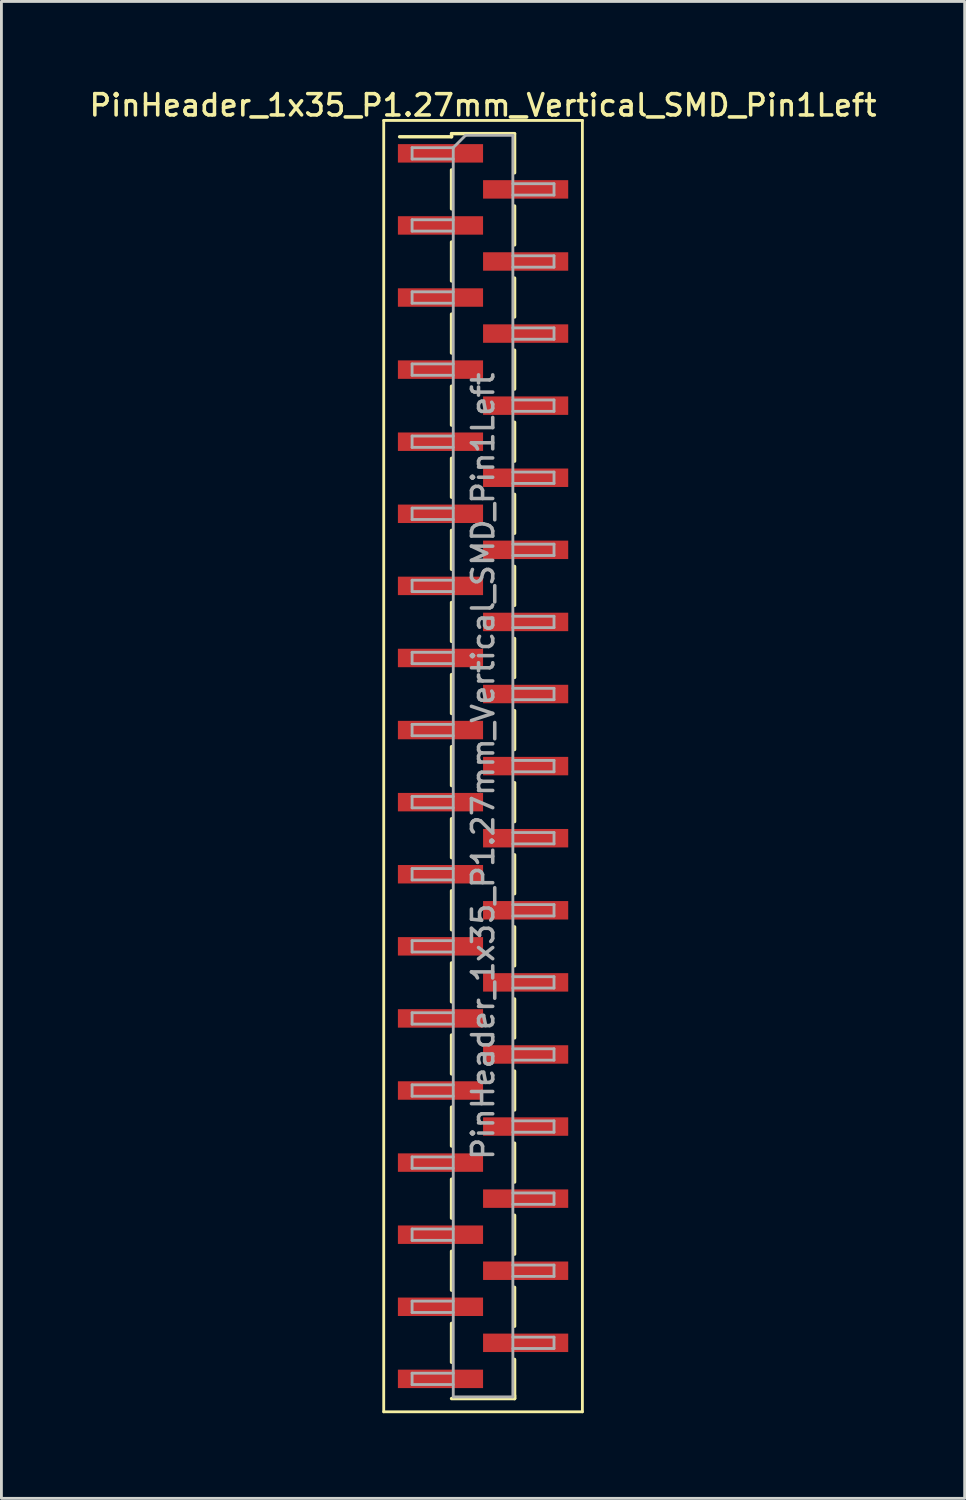
<source format=kicad_pcb>
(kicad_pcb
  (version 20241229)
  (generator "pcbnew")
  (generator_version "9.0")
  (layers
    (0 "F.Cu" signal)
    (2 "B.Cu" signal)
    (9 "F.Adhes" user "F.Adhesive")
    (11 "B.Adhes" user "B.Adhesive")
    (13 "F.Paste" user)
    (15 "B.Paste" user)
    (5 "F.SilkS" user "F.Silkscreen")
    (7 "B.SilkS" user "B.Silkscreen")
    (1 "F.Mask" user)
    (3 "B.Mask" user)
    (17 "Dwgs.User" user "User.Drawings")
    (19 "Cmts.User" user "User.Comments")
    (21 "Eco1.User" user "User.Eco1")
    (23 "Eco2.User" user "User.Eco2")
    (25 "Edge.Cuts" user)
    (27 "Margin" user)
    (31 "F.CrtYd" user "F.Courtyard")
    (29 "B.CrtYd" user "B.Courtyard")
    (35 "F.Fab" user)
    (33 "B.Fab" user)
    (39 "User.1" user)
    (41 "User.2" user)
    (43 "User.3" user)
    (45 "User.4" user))
  (footprint "PinHeader_1x35_P1.27mm_Vertical_SMD_Pin1Left"
    (layer "F.Cu")
    (at 13.97 23.943)
    (property "Reference" "PinHeader_1x35_P1.27mm_Vertical_SMD_Pin1Left" (at 0 -23.285 0) (layer "F.SilkS") (effects (font (size 0.75 0.75) (thickness 0.125))))
    (attr smd)
    (fp_line (start -3.5 -22.75) (end -3.5 22.75) (stroke (width 0.1) (type solid)) (layer "F.SilkS"))
    (fp_line (start -3.5 22.75) (end 3.5 22.75) (stroke (width 0.1) (type solid)) (layer "F.SilkS"))
    (fp_line (start -1.11 -22.285) (end -1.11 -22.175) (stroke (width 0.12) (type solid)) (layer "F.SilkS"))
    (fp_line (start -1.11 -22.285) (end 1.11 -22.285) (stroke (width 0.12) (type solid)) (layer "F.SilkS"))
    (fp_line (start -1.11 -22.175) (end -2.94 -22.175) (stroke (width 0.12) (type solid)) (layer "F.SilkS"))
    (fp_line (start -1.11 -21.005) (end -1.11 -19.635) (stroke (width 0.12) (type solid)) (layer "F.SilkS"))
    (fp_line (start -1.11 -18.465) (end -1.11 -17.095) (stroke (width 0.12) (type solid)) (layer "F.SilkS"))
    (fp_line (start -1.11 -15.925) (end -1.11 -14.555) (stroke (width 0.12) (type solid)) (layer "F.SilkS"))
    (fp_line (start -1.11 -13.385) (end -1.11 -12.015) (stroke (width 0.12) (type solid)) (layer "F.SilkS"))
    (fp_line (start -1.11 -10.845) (end -1.11 -9.475) (stroke (width 0.12) (type solid)) (layer "F.SilkS"))
    (fp_line (start -1.11 -8.305) (end -1.11 -6.935) (stroke (width 0.12) (type solid)) (layer "F.SilkS"))
    (fp_line (start -1.11 -5.765) (end -1.11 -4.395) (stroke (width 0.12) (type solid)) (layer "F.SilkS"))
    (fp_line (start -1.11 -3.225) (end -1.11 -1.855) (stroke (width 0.12) (type solid)) (layer "F.SilkS"))
    (fp_line (start -1.11 -0.685) (end -1.11 0.685) (stroke (width 0.12) (type solid)) (layer "F.SilkS"))
    (fp_line (start -1.11 1.855) (end -1.11 3.225) (stroke (width 0.12) (type solid)) (layer "F.SilkS"))
    (fp_line (start -1.11 4.395) (end -1.11 5.765) (stroke (width 0.12) (type solid)) (layer "F.SilkS"))
    (fp_line (start -1.11 6.935) (end -1.11 8.305) (stroke (width 0.12) (type solid)) (layer "F.SilkS"))
    (fp_line (start -1.11 9.475) (end -1.11 10.845) (stroke (width 0.12) (type solid)) (layer "F.SilkS"))
    (fp_line (start -1.11 12.015) (end -1.11 13.385) (stroke (width 0.12) (type solid)) (layer "F.SilkS"))
    (fp_line (start -1.11 14.555) (end -1.11 15.925) (stroke (width 0.12) (type solid)) (layer "F.SilkS"))
    (fp_line (start -1.11 17.095) (end -1.11 18.465) (stroke (width 0.12) (type solid)) (layer "F.SilkS"))
    (fp_line (start -1.11 19.635) (end -1.11 21.005) (stroke (width 0.12) (type solid)) (layer "F.SilkS"))
    (fp_line (start -1.11 22.285) (end 1.11 22.285) (stroke (width 0.12) (type solid)) (layer "F.SilkS"))
    (fp_line (start 1.11 -22.275) (end 1.11 -20.905) (stroke (width 0.12) (type solid)) (layer "F.SilkS"))
    (fp_line (start 1.11 -19.735) (end 1.11 -18.365) (stroke (width 0.12) (type solid)) (layer "F.SilkS"))
    (fp_line (start 1.11 -17.195) (end 1.11 -15.825) (stroke (width 0.12) (type solid)) (layer "F.SilkS"))
    (fp_line (start 1.11 -14.655) (end 1.11 -13.285) (stroke (width 0.12) (type solid)) (layer "F.SilkS"))
    (fp_line (start 1.11 -12.115) (end 1.11 -10.745) (stroke (width 0.12) (type solid)) (layer "F.SilkS"))
    (fp_line (start 1.11 -9.575) (end 1.11 -8.205) (stroke (width 0.12) (type solid)) (layer "F.SilkS"))
    (fp_line (start 1.11 -7.035) (end 1.11 -5.665) (stroke (width 0.12) (type solid)) (layer "F.SilkS"))
    (fp_line (start 1.11 -4.495) (end 1.11 -3.125) (stroke (width 0.12) (type solid)) (layer "F.SilkS"))
    (fp_line (start 1.11 -1.955) (end 1.11 -0.585) (stroke (width 0.12) (type solid)) (layer "F.SilkS"))
    (fp_line (start 1.11 0.585) (end 1.11 1.955) (stroke (width 0.12) (type solid)) (layer "F.SilkS"))
    (fp_line (start 1.11 3.125) (end 1.11 4.495) (stroke (width 0.12) (type solid)) (layer "F.SilkS"))
    (fp_line (start 1.11 5.665) (end 1.11 7.035) (stroke (width 0.12) (type solid)) (layer "F.SilkS"))
    (fp_line (start 1.11 8.205) (end 1.11 9.575) (stroke (width 0.12) (type solid)) (layer "F.SilkS"))
    (fp_line (start 1.11 10.745) (end 1.11 12.115) (stroke (width 0.12) (type solid)) (layer "F.SilkS"))
    (fp_line (start 1.11 13.285) (end 1.11 14.655) (stroke (width 0.12) (type solid)) (layer "F.SilkS"))
    (fp_line (start 1.11 15.825) (end 1.11 17.195) (stroke (width 0.12) (type solid)) (layer "F.SilkS"))
    (fp_line (start 1.11 18.365) (end 1.11 19.735) (stroke (width 0.12) (type solid)) (layer "F.SilkS"))
    (fp_line (start 1.11 20.905) (end 1.11 22.275) (stroke (width 0.12) (type solid)) (layer "F.SilkS"))
    (fp_line (start 1.11 22.175) (end 1.11 22.285) (stroke (width 0.12) (type solid)) (layer "F.SilkS"))
    (fp_line (start 3.5 -22.75) (end -3.5 -22.75) (stroke (width 0.1) (type solid)) (layer "F.SilkS"))
    (fp_line (start 3.5 22.75) (end 3.5 -22.75) (stroke (width 0.1) (type solid)) (layer "F.SilkS"))
    (fp_line (start -2.5 -21.79) (end -2.5 -21.39) (stroke (width 0.1) (type solid)) (layer "F.Fab"))
    (fp_line (start -2.5 -21.39) (end -1.05 -21.39) (stroke (width 0.1) (type solid)) (layer "F.Fab"))
    (fp_line (start -2.5 -19.25) (end -2.5 -18.85) (stroke (width 0.1) (type solid)) (layer "F.Fab"))
    (fp_line (start -2.5 -18.85) (end -1.05 -18.85) (stroke (width 0.1) (type solid)) (layer "F.Fab"))
    (fp_line (start -2.5 -16.71) (end -2.5 -16.31) (stroke (width 0.1) (type solid)) (layer "F.Fab"))
    (fp_line (start -2.5 -16.31) (end -1.05 -16.31) (stroke (width 0.1) (type solid)) (layer "F.Fab"))
    (fp_line (start -2.5 -14.17) (end -2.5 -13.77) (stroke (width 0.1) (type solid)) (layer "F.Fab"))
    (fp_line (start -2.5 -13.77) (end -1.05 -13.77) (stroke (width 0.1) (type solid)) (layer "F.Fab"))
    (fp_line (start -2.5 -11.63) (end -2.5 -11.23) (stroke (width 0.1) (type solid)) (layer "F.Fab"))
    (fp_line (start -2.5 -11.23) (end -1.05 -11.23) (stroke (width 0.1) (type solid)) (layer "F.Fab"))
    (fp_line (start -2.5 -9.09) (end -2.5 -8.69) (stroke (width 0.1) (type solid)) (layer "F.Fab"))
    (fp_line (start -2.5 -8.69) (end -1.05 -8.69) (stroke (width 0.1) (type solid)) (layer "F.Fab"))
    (fp_line (start -2.5 -6.55) (end -2.5 -6.15) (stroke (width 0.1) (type solid)) (layer "F.Fab"))
    (fp_line (start -2.5 -6.15) (end -1.05 -6.15) (stroke (width 0.1) (type solid)) (layer "F.Fab"))
    (fp_line (start -2.5 -4.01) (end -2.5 -3.61) (stroke (width 0.1) (type solid)) (layer "F.Fab"))
    (fp_line (start -2.5 -3.61) (end -1.05 -3.61) (stroke (width 0.1) (type solid)) (layer "F.Fab"))
    (fp_line (start -2.5 -1.47) (end -2.5 -1.07) (stroke (width 0.1) (type solid)) (layer "F.Fab"))
    (fp_line (start -2.5 -1.07) (end -1.05 -1.07) (stroke (width 0.1) (type solid)) (layer "F.Fab"))
    (fp_line (start -2.5 1.07) (end -2.5 1.47) (stroke (width 0.1) (type solid)) (layer "F.Fab"))
    (fp_line (start -2.5 1.47) (end -1.05 1.47) (stroke (width 0.1) (type solid)) (layer "F.Fab"))
    (fp_line (start -2.5 3.61) (end -2.5 4.01) (stroke (width 0.1) (type solid)) (layer "F.Fab"))
    (fp_line (start -2.5 4.01) (end -1.05 4.01) (stroke (width 0.1) (type solid)) (layer "F.Fab"))
    (fp_line (start -2.5 6.15) (end -2.5 6.55) (stroke (width 0.1) (type solid)) (layer "F.Fab"))
    (fp_line (start -2.5 6.55) (end -1.05 6.55) (stroke (width 0.1) (type solid)) (layer "F.Fab"))
    (fp_line (start -2.5 8.69) (end -2.5 9.09) (stroke (width 0.1) (type solid)) (layer "F.Fab"))
    (fp_line (start -2.5 9.09) (end -1.05 9.09) (stroke (width 0.1) (type solid)) (layer "F.Fab"))
    (fp_line (start -2.5 11.23) (end -2.5 11.63) (stroke (width 0.1) (type solid)) (layer "F.Fab"))
    (fp_line (start -2.5 11.63) (end -1.05 11.63) (stroke (width 0.1) (type solid)) (layer "F.Fab"))
    (fp_line (start -2.5 13.77) (end -2.5 14.17) (stroke (width 0.1) (type solid)) (layer "F.Fab"))
    (fp_line (start -2.5 14.17) (end -1.05 14.17) (stroke (width 0.1) (type solid)) (layer "F.Fab"))
    (fp_line (start -2.5 16.31) (end -2.5 16.71) (stroke (width 0.1) (type solid)) (layer "F.Fab"))
    (fp_line (start -2.5 16.71) (end -1.05 16.71) (stroke (width 0.1) (type solid)) (layer "F.Fab"))
    (fp_line (start -2.5 18.85) (end -2.5 19.25) (stroke (width 0.1) (type solid)) (layer "F.Fab"))
    (fp_line (start -2.5 19.25) (end -1.05 19.25) (stroke (width 0.1) (type solid)) (layer "F.Fab"))
    (fp_line (start -2.5 21.39) (end -2.5 21.79) (stroke (width 0.1) (type solid)) (layer "F.Fab"))
    (fp_line (start -2.5 21.79) (end -1.05 21.79) (stroke (width 0.1) (type solid)) (layer "F.Fab"))
    (fp_line (start -1.05 -21.79) (end -2.5 -21.79) (stroke (width 0.1) (type solid)) (layer "F.Fab"))
    (fp_line (start -1.05 -21.79) (end -0.615 -22.225) (stroke (width 0.1) (type solid)) (layer "F.Fab"))
    (fp_line (start -1.05 -19.25) (end -2.5 -19.25) (stroke (width 0.1) (type solid)) (layer "F.Fab"))
    (fp_line (start -1.05 -16.71) (end -2.5 -16.71) (stroke (width 0.1) (type solid)) (layer "F.Fab"))
    (fp_line (start -1.05 -14.17) (end -2.5 -14.17) (stroke (width 0.1) (type solid)) (layer "F.Fab"))
    (fp_line (start -1.05 -11.63) (end -2.5 -11.63) (stroke (width 0.1) (type solid)) (layer "F.Fab"))
    (fp_line (start -1.05 -9.09) (end -2.5 -9.09) (stroke (width 0.1) (type solid)) (layer "F.Fab"))
    (fp_line (start -1.05 -6.55) (end -2.5 -6.55) (stroke (width 0.1) (type solid)) (layer "F.Fab"))
    (fp_line (start -1.05 -4.01) (end -2.5 -4.01) (stroke (width 0.1) (type solid)) (layer "F.Fab"))
    (fp_line (start -1.05 -1.47) (end -2.5 -1.47) (stroke (width 0.1) (type solid)) (layer "F.Fab"))
    (fp_line (start -1.05 1.07) (end -2.5 1.07) (stroke (width 0.1) (type solid)) (layer "F.Fab"))
    (fp_line (start -1.05 3.61) (end -2.5 3.61) (stroke (width 0.1) (type solid)) (layer "F.Fab"))
    (fp_line (start -1.05 6.15) (end -2.5 6.15) (stroke (width 0.1) (type solid)) (layer "F.Fab"))
    (fp_line (start -1.05 8.69) (end -2.5 8.69) (stroke (width 0.1) (type solid)) (layer "F.Fab"))
    (fp_line (start -1.05 11.23) (end -2.5 11.23) (stroke (width 0.1) (type solid)) (layer "F.Fab"))
    (fp_line (start -1.05 13.77) (end -2.5 13.77) (stroke (width 0.1) (type solid)) (layer "F.Fab"))
    (fp_line (start -1.05 16.31) (end -2.5 16.31) (stroke (width 0.1) (type solid)) (layer "F.Fab"))
    (fp_line (start -1.05 18.85) (end -2.5 18.85) (stroke (width 0.1) (type solid)) (layer "F.Fab"))
    (fp_line (start -1.05 21.39) (end -2.5 21.39) (stroke (width 0.1) (type solid)) (layer "F.Fab"))
    (fp_line (start -1.05 22.225) (end -1.05 -21.79) (stroke (width 0.1) (type solid)) (layer "F.Fab"))
    (fp_line (start -0.615 -22.225) (end 1.05 -22.225) (stroke (width 0.1) (type solid)) (layer "F.Fab"))
    (fp_line (start 1.05 -22.225) (end 1.05 22.225) (stroke (width 0.1) (type solid)) (layer "F.Fab"))
    (fp_line (start 1.05 -20.52) (end 2.5 -20.52) (stroke (width 0.1) (type solid)) (layer "F.Fab"))
    (fp_line (start 1.05 -17.98) (end 2.5 -17.98) (stroke (width 0.1) (type solid)) (layer "F.Fab"))
    (fp_line (start 1.05 -15.44) (end 2.5 -15.44) (stroke (width 0.1) (type solid)) (layer "F.Fab"))
    (fp_line (start 1.05 -12.9) (end 2.5 -12.9) (stroke (width 0.1) (type solid)) (layer "F.Fab"))
    (fp_line (start 1.05 -10.36) (end 2.5 -10.36) (stroke (width 0.1) (type solid)) (layer "F.Fab"))
    (fp_line (start 1.05 -7.82) (end 2.5 -7.82) (stroke (width 0.1) (type solid)) (layer "F.Fab"))
    (fp_line (start 1.05 -5.28) (end 2.5 -5.28) (stroke (width 0.1) (type solid)) (layer "F.Fab"))
    (fp_line (start 1.05 -2.74) (end 2.5 -2.74) (stroke (width 0.1) (type solid)) (layer "F.Fab"))
    (fp_line (start 1.05 -0.2) (end 2.5 -0.2) (stroke (width 0.1) (type solid)) (layer "F.Fab"))
    (fp_line (start 1.05 2.34) (end 2.5 2.34) (stroke (width 0.1) (type solid)) (layer "F.Fab"))
    (fp_line (start 1.05 4.88) (end 2.5 4.88) (stroke (width 0.1) (type solid)) (layer "F.Fab"))
    (fp_line (start 1.05 7.42) (end 2.5 7.42) (stroke (width 0.1) (type solid)) (layer "F.Fab"))
    (fp_line (start 1.05 9.96) (end 2.5 9.96) (stroke (width 0.1) (type solid)) (layer "F.Fab"))
    (fp_line (start 1.05 12.5) (end 2.5 12.5) (stroke (width 0.1) (type solid)) (layer "F.Fab"))
    (fp_line (start 1.05 15.04) (end 2.5 15.04) (stroke (width 0.1) (type solid)) (layer "F.Fab"))
    (fp_line (start 1.05 17.58) (end 2.5 17.58) (stroke (width 0.1) (type solid)) (layer "F.Fab"))
    (fp_line (start 1.05 20.12) (end 2.5 20.12) (stroke (width 0.1) (type solid)) (layer "F.Fab"))
    (fp_line (start 1.05 22.225) (end -1.05 22.225) (stroke (width 0.1) (type solid)) (layer "F.Fab"))
    (fp_line (start 2.5 -20.52) (end 2.5 -20.12) (stroke (width 0.1) (type solid)) (layer "F.Fab"))
    (fp_line (start 2.5 -20.12) (end 1.05 -20.12) (stroke (width 0.1) (type solid)) (layer "F.Fab"))
    (fp_line (start 2.5 -17.98) (end 2.5 -17.58) (stroke (width 0.1) (type solid)) (layer "F.Fab"))
    (fp_line (start 2.5 -17.58) (end 1.05 -17.58) (stroke (width 0.1) (type solid)) (layer "F.Fab"))
    (fp_line (start 2.5 -15.44) (end 2.5 -15.04) (stroke (width 0.1) (type solid)) (layer "F.Fab"))
    (fp_line (start 2.5 -15.04) (end 1.05 -15.04) (stroke (width 0.1) (type solid)) (layer "F.Fab"))
    (fp_line (start 2.5 -12.9) (end 2.5 -12.5) (stroke (width 0.1) (type solid)) (layer "F.Fab"))
    (fp_line (start 2.5 -12.5) (end 1.05 -12.5) (stroke (width 0.1) (type solid)) (layer "F.Fab"))
    (fp_line (start 2.5 -10.36) (end 2.5 -9.96) (stroke (width 0.1) (type solid)) (layer "F.Fab"))
    (fp_line (start 2.5 -9.96) (end 1.05 -9.96) (stroke (width 0.1) (type solid)) (layer "F.Fab"))
    (fp_line (start 2.5 -7.82) (end 2.5 -7.42) (stroke (width 0.1) (type solid)) (layer "F.Fab"))
    (fp_line (start 2.5 -7.42) (end 1.05 -7.42) (stroke (width 0.1) (type solid)) (layer "F.Fab"))
    (fp_line (start 2.5 -5.28) (end 2.5 -4.88) (stroke (width 0.1) (type solid)) (layer "F.Fab"))
    (fp_line (start 2.5 -4.88) (end 1.05 -4.88) (stroke (width 0.1) (type solid)) (layer "F.Fab"))
    (fp_line (start 2.5 -2.74) (end 2.5 -2.34) (stroke (width 0.1) (type solid)) (layer "F.Fab"))
    (fp_line (start 2.5 -2.34) (end 1.05 -2.34) (stroke (width 0.1) (type solid)) (layer "F.Fab"))
    (fp_line (start 2.5 -0.2) (end 2.5 0.2) (stroke (width 0.1) (type solid)) (layer "F.Fab"))
    (fp_line (start 2.5 0.2) (end 1.05 0.2) (stroke (width 0.1) (type solid)) (layer "F.Fab"))
    (fp_line (start 2.5 2.34) (end 2.5 2.74) (stroke (width 0.1) (type solid)) (layer "F.Fab"))
    (fp_line (start 2.5 2.74) (end 1.05 2.74) (stroke (width 0.1) (type solid)) (layer "F.Fab"))
    (fp_line (start 2.5 4.88) (end 2.5 5.28) (stroke (width 0.1) (type solid)) (layer "F.Fab"))
    (fp_line (start 2.5 5.28) (end 1.05 5.28) (stroke (width 0.1) (type solid)) (layer "F.Fab"))
    (fp_line (start 2.5 7.42) (end 2.5 7.82) (stroke (width 0.1) (type solid)) (layer "F.Fab"))
    (fp_line (start 2.5 7.82) (end 1.05 7.82) (stroke (width 0.1) (type solid)) (layer "F.Fab"))
    (fp_line (start 2.5 9.96) (end 2.5 10.36) (stroke (width 0.1) (type solid)) (layer "F.Fab"))
    (fp_line (start 2.5 10.36) (end 1.05 10.36) (stroke (width 0.1) (type solid)) (layer "F.Fab"))
    (fp_line (start 2.5 12.5) (end 2.5 12.9) (stroke (width 0.1) (type solid)) (layer "F.Fab"))
    (fp_line (start 2.5 12.9) (end 1.05 12.9) (stroke (width 0.1) (type solid)) (layer "F.Fab"))
    (fp_line (start 2.5 15.04) (end 2.5 15.44) (stroke (width 0.1) (type solid)) (layer "F.Fab"))
    (fp_line (start 2.5 15.44) (end 1.05 15.44) (stroke (width 0.1) (type solid)) (layer "F.Fab"))
    (fp_line (start 2.5 17.58) (end 2.5 17.98) (stroke (width 0.1) (type solid)) (layer "F.Fab"))
    (fp_line (start 2.5 17.98) (end 1.05 17.98) (stroke (width 0.1) (type solid)) (layer "F.Fab"))
    (fp_line (start 2.5 20.12) (end 2.5 20.52) (stroke (width 0.1) (type solid)) (layer "F.Fab"))
    (fp_line (start 2.5 20.52) (end 1.05 20.52) (stroke (width 0.1) (type solid)) (layer "F.Fab"))
    (fp_text user "${REFERENCE}" (at 0 0 90) (layer "F.Fab") (effects (font (size 0.75 0.75) (thickness 0.125))))
    (pad "1" smd rect (at -1.5 -21.59) (size 3 0.65) (layers "F.Cu" "F.Mask" "F.Paste"))
    (pad "2" smd rect (at 1.5 -20.32) (size 3 0.65) (layers "F.Cu" "F.Mask" "F.Paste"))
    (pad "3" smd rect (at -1.5 -19.05) (size 3 0.65) (layers "F.Cu" "F.Mask" "F.Paste"))
    (pad "4" smd rect (at 1.5 -17.78) (size 3 0.65) (layers "F.Cu" "F.Mask" "F.Paste"))
    (pad "5" smd rect (at -1.5 -16.51) (size 3 0.65) (layers "F.Cu" "F.Mask" "F.Paste"))
    (pad "6" smd rect (at 1.5 -15.24) (size 3 0.65) (layers "F.Cu" "F.Mask" "F.Paste"))
    (pad "7" smd rect (at -1.5 -13.97) (size 3 0.65) (layers "F.Cu" "F.Mask" "F.Paste"))
    (pad "8" smd rect (at 1.5 -12.7) (size 3 0.65) (layers "F.Cu" "F.Mask" "F.Paste"))
    (pad "9" smd rect (at -1.5 -11.43) (size 3 0.65) (layers "F.Cu" "F.Mask" "F.Paste"))
    (pad "10" smd rect (at 1.5 -10.16) (size 3 0.65) (layers "F.Cu" "F.Mask" "F.Paste"))
    (pad "11" smd rect (at -1.5 -8.89) (size 3 0.65) (layers "F.Cu" "F.Mask" "F.Paste"))
    (pad "12" smd rect (at 1.5 -7.62) (size 3 0.65) (layers "F.Cu" "F.Mask" "F.Paste"))
    (pad "13" smd rect (at -1.5 -6.35) (size 3 0.65) (layers "F.Cu" "F.Mask" "F.Paste"))
    (pad "14" smd rect (at 1.5 -5.08) (size 3 0.65) (layers "F.Cu" "F.Mask" "F.Paste"))
    (pad "15" smd rect (at -1.5 -3.81) (size 3 0.65) (layers "F.Cu" "F.Mask" "F.Paste"))
    (pad "16" smd rect (at 1.5 -2.54) (size 3 0.65) (layers "F.Cu" "F.Mask" "F.Paste"))
    (pad "17" smd rect (at -1.5 -1.27) (size 3 0.65) (layers "F.Cu" "F.Mask" "F.Paste"))
    (pad "18" smd rect (at 1.5 0) (size 3 0.65) (layers "F.Cu" "F.Mask" "F.Paste"))
    (pad "19" smd rect (at -1.5 1.27) (size 3 0.65) (layers "F.Cu" "F.Mask" "F.Paste"))
    (pad "20" smd rect (at 1.5 2.54) (size 3 0.65) (layers "F.Cu" "F.Mask" "F.Paste"))
    (pad "21" smd rect (at -1.5 3.81) (size 3 0.65) (layers "F.Cu" "F.Mask" "F.Paste"))
    (pad "22" smd rect (at 1.5 5.08) (size 3 0.65) (layers "F.Cu" "F.Mask" "F.Paste"))
    (pad "23" smd rect (at -1.5 6.35) (size 3 0.65) (layers "F.Cu" "F.Mask" "F.Paste"))
    (pad "24" smd rect (at 1.5 7.62) (size 3 0.65) (layers "F.Cu" "F.Mask" "F.Paste"))
    (pad "25" smd rect (at -1.5 8.89) (size 3 0.65) (layers "F.Cu" "F.Mask" "F.Paste"))
    (pad "26" smd rect (at 1.5 10.16) (size 3 0.65) (layers "F.Cu" "F.Mask" "F.Paste"))
    (pad "27" smd rect (at -1.5 11.43) (size 3 0.65) (layers "F.Cu" "F.Mask" "F.Paste"))
    (pad "28" smd rect (at 1.5 12.7) (size 3 0.65) (layers "F.Cu" "F.Mask" "F.Paste"))
    (pad "29" smd rect (at -1.5 13.97) (size 3 0.65) (layers "F.Cu" "F.Mask" "F.Paste"))
    (pad "30" smd rect (at 1.5 15.24) (size 3 0.65) (layers "F.Cu" "F.Mask" "F.Paste"))
    (pad "31" smd rect (at -1.5 16.51) (size 3 0.65) (layers "F.Cu" "F.Mask" "F.Paste"))
    (pad "32" smd rect (at 1.5 17.78) (size 3 0.65) (layers "F.Cu" "F.Mask" "F.Paste"))
    (pad "33" smd rect (at -1.5 19.05) (size 3 0.65) (layers "F.Cu" "F.Mask" "F.Paste"))
    (pad "34" smd rect (at 1.5 20.32) (size 3 0.65) (layers "F.Cu" "F.Mask" "F.Paste"))
    (pad "35" smd rect (at -1.5 21.59) (size 3 0.65) (layers "F.Cu" "F.Mask" "F.Paste")))
  (gr_rect
    (start -3 -3)
    (end 30.939 49.743)
    (stroke (width 0.1) (type default))
    (fill no)
    (layer "Edge.Cuts")))
</source>
